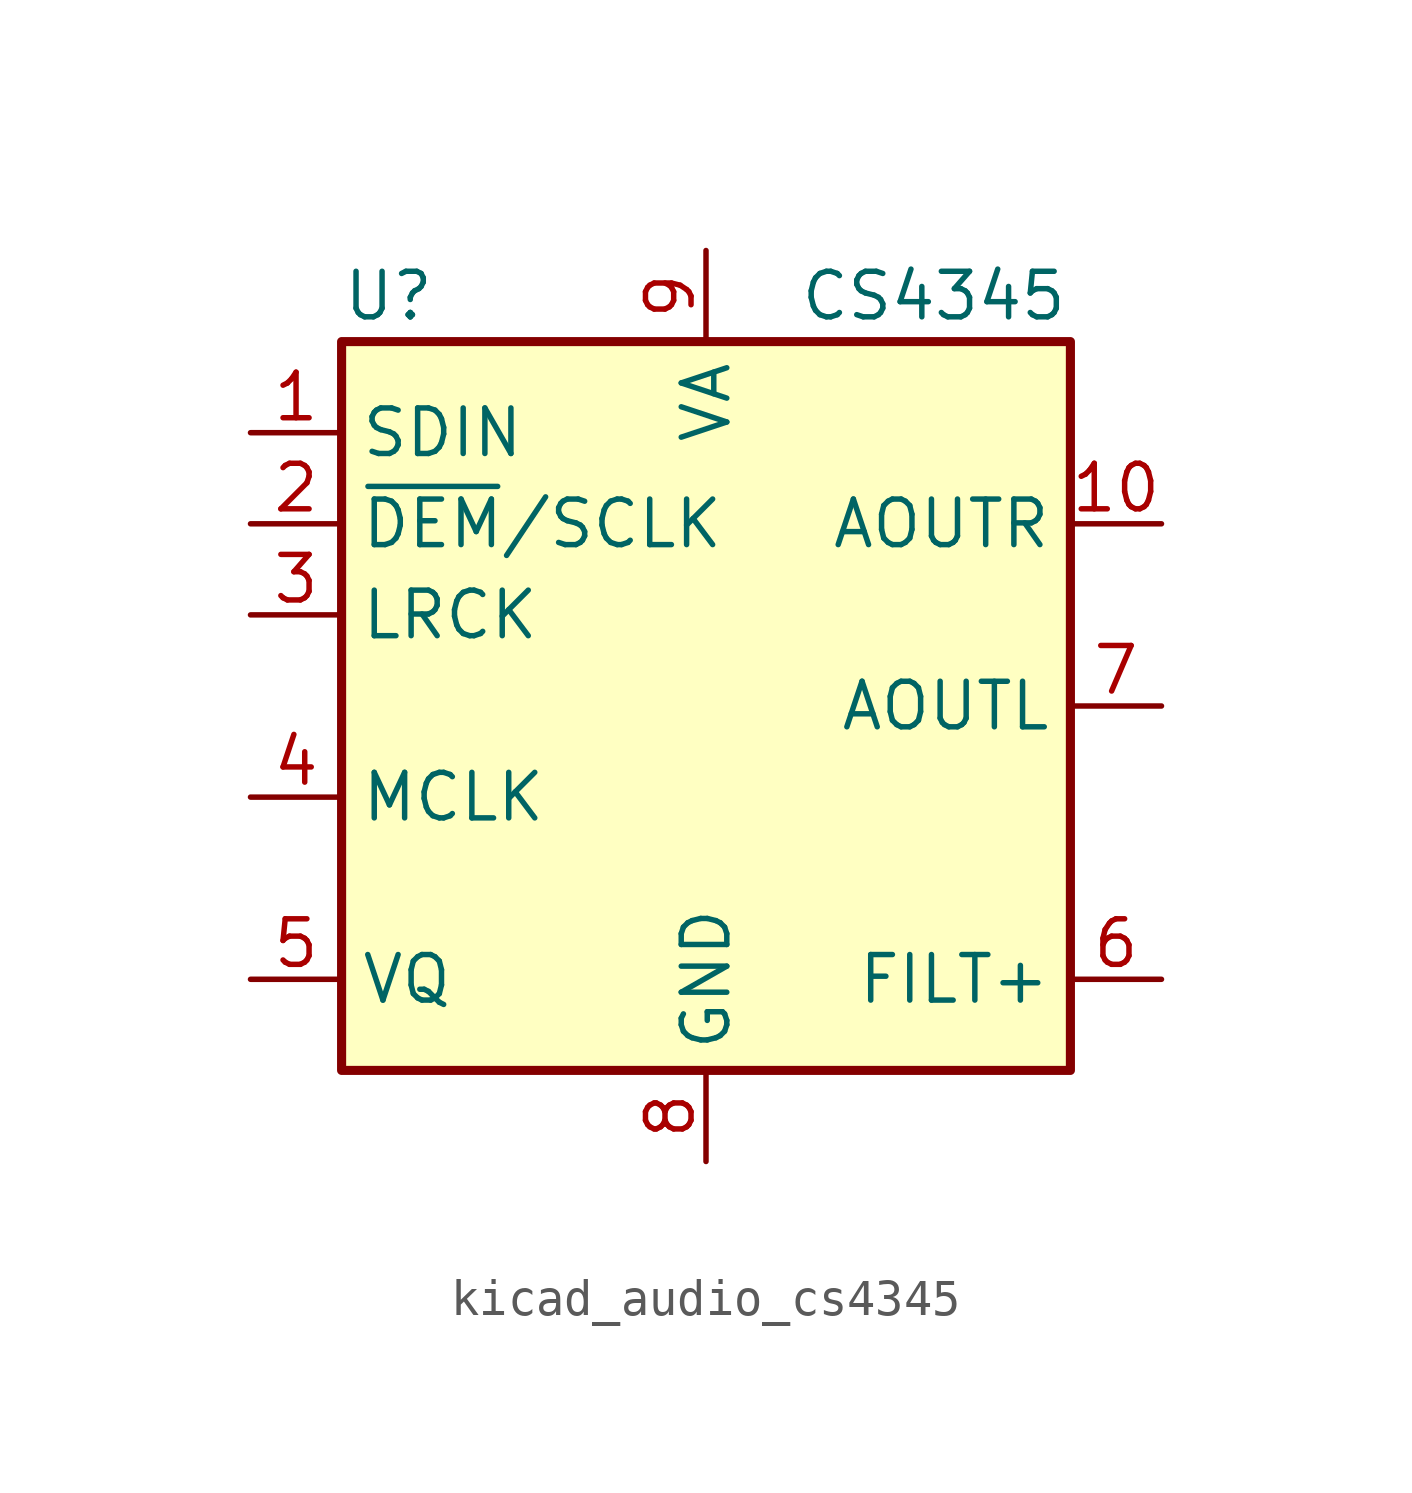
<source format=kicad_sym>
(kicad_symbol_lib
  (version 20220914)
  (generator kicad_symbol_editor)
  (symbol "kicad_audio_cs4345"
    (property "Reference" "U"
      (at -10.16 11.43 0)
      (effects (font (size 1.27 1.27)) (justify left)))
    (property "Value" "CS4345"
      (at 6.35 11.43 0)
      (effects (font (size 1.27 1.27))))
    (symbol "kicad_audio_cs4345_0_1"
      (rectangle (start -10.16 10.16) (end 10.16 -10.16) (stroke (width 0.254) (type default)) (fill (type background))))
    (symbol "kicad_audio_cs4345_1_1"
      (pin input line (at -12.7 7.62 0) (length 2.54) (name "SDIN" (effects (font (size 1.27 1.27)))) (number "1" (effects (font (size 1.27 1.27)))))
      (pin output line (at 12.7 5.08 180) (length 2.54) (name "AOUTR" (effects (font (size 1.27 1.27)))) (number "10" (effects (font (size 1.27 1.27)))))
      (pin input line (at -12.7 5.08 0) (length 2.54) (name "~{DEM}/SCLK" (effects (font (size 1.27 1.27)))) (number "2" (effects (font (size 1.27 1.27)))))
      (pin input line (at -12.7 2.54 0) (length 2.54) (name "LRCK" (effects (font (size 1.27 1.27)))) (number "3" (effects (font (size 1.27 1.27)))))
      (pin input line (at -12.7 -2.54 0) (length 2.54) (name "MCLK" (effects (font (size 1.27 1.27)))) (number "4" (effects (font (size 1.27 1.27)))))
      (pin output line (at -12.7 -7.62 0) (length 2.54) (name "VQ" (effects (font (size 1.27 1.27)))) (number "5" (effects (font (size 1.27 1.27)))))
      (pin output line (at 12.7 -7.62 180) (length 2.54) (name "FILT+" (effects (font (size 1.27 1.27)))) (number "6" (effects (font (size 1.27 1.27)))))
      (pin output line (at 12.7 0 180) (length 2.54) (name "AOUTL" (effects (font (size 1.27 1.27)))) (number "7" (effects (font (size 1.27 1.27)))))
      (pin power_in line (at 0 -12.7 90) (length 2.54) (name "GND" (effects (font (size 1.27 1.27)))) (number "8" (effects (font (size 1.27 1.27)))))
      (pin power_in line (at 0 12.7 270) (length 2.54) (name "VA" (effects (font (size 1.27 1.27)))) (number "9" (effects (font (size 1.27 1.27))))))))
</source>
